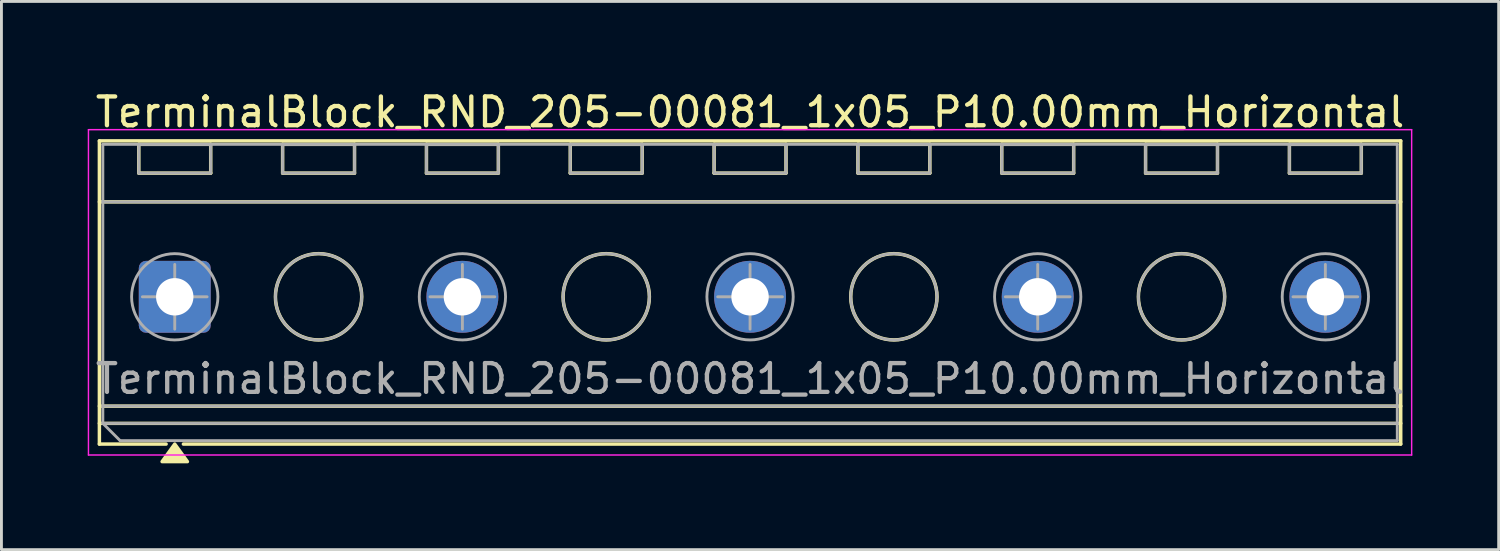
<source format=kicad_pcb>
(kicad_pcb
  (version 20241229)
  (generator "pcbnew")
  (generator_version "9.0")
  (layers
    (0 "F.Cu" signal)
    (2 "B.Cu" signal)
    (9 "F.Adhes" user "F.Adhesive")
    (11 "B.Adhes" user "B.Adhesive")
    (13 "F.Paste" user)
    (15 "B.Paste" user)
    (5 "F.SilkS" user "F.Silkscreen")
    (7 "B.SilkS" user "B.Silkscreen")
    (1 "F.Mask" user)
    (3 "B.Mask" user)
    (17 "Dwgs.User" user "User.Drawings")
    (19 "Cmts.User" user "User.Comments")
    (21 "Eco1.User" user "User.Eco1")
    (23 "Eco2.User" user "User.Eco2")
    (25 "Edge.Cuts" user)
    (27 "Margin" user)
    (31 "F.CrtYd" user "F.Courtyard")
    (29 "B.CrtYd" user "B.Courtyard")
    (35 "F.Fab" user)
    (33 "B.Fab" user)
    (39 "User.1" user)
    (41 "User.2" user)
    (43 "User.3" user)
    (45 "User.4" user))
  (footprint "TerminalBlock_RND_205-00081_1x05_P10.00mm_Horizontal"
    (layer "F.Cu")
    (at 3.025 7.268)
    (property "Reference" "TerminalBlock_RND_205-00081_1x05_P10.00mm_Horizontal" (at 20 -6.42 0) (layer "F.SilkS") (effects (font (size 1 1) (thickness 0.15))))
    (attr through_hole)
    (fp_line (start -2.62 -5.42) (end 42.62 -5.42) (stroke (width 0.12) (type solid)) (layer "F.SilkS"))
    (fp_line (start -2.62 -3.3) (end 42.62 -3.3) (stroke (width 0.12) (type solid)) (layer "F.SilkS"))
    (fp_line (start -2.62 3.8) (end 42.62 3.8) (stroke (width 0.12) (type solid)) (layer "F.SilkS"))
    (fp_line (start -2.62 4.4) (end 42.62 4.4) (stroke (width 0.12) (type solid)) (layer "F.SilkS"))
    (fp_line (start -2.62 5.12) (end -2.62 -5.42) (stroke (width 0.12) (type solid)) (layer "F.SilkS"))
    (fp_line (start -1.25 -5.3) (end 1.25 -5.3) (stroke (width 0.12) (type solid)) (layer "F.SilkS"))
    (fp_line (start -1.25 -4.3) (end -1.25 -5.3) (stroke (width 0.12) (type solid)) (layer "F.SilkS"))
    (fp_line (start -0.3 5.12) (end -2.62 5.12) (stroke (width 0.12) (type solid)) (layer "F.SilkS"))
    (fp_line (start 1.25 -5.3) (end 1.25 -4.3) (stroke (width 0.12) (type solid)) (layer "F.SilkS"))
    (fp_line (start 1.25 -4.3) (end -1.25 -4.3) (stroke (width 0.12) (type solid)) (layer "F.SilkS"))
    (fp_line (start 3.75 -5.3) (end 6.25 -5.3) (stroke (width 0.12) (type solid)) (layer "F.SilkS"))
    (fp_line (start 3.75 -4.3) (end 3.75 -5.3) (stroke (width 0.12) (type solid)) (layer "F.SilkS"))
    (fp_line (start 6.25 -5.3) (end 6.25 -4.3) (stroke (width 0.12) (type solid)) (layer "F.SilkS"))
    (fp_line (start 6.25 -4.3) (end 3.75 -4.3) (stroke (width 0.12) (type solid)) (layer "F.SilkS"))
    (fp_line (start 8.75 -5.3) (end 11.25 -5.3) (stroke (width 0.12) (type solid)) (layer "F.SilkS"))
    (fp_line (start 8.75 -4.3) (end 8.75 -5.3) (stroke (width 0.12) (type solid)) (layer "F.SilkS"))
    (fp_line (start 11.25 -5.3) (end 11.25 -4.3) (stroke (width 0.12) (type solid)) (layer "F.SilkS"))
    (fp_line (start 11.25 -4.3) (end 8.75 -4.3) (stroke (width 0.12) (type solid)) (layer "F.SilkS"))
    (fp_line (start 13.75 -5.3) (end 16.25 -5.3) (stroke (width 0.12) (type solid)) (layer "F.SilkS"))
    (fp_line (start 13.75 -4.3) (end 13.75 -5.3) (stroke (width 0.12) (type solid)) (layer "F.SilkS"))
    (fp_line (start 16.25 -5.3) (end 16.25 -4.3) (stroke (width 0.12) (type solid)) (layer "F.SilkS"))
    (fp_line (start 16.25 -4.3) (end 13.75 -4.3) (stroke (width 0.12) (type solid)) (layer "F.SilkS"))
    (fp_line (start 18.75 -5.3) (end 21.25 -5.3) (stroke (width 0.12) (type solid)) (layer "F.SilkS"))
    (fp_line (start 18.75 -4.3) (end 18.75 -5.3) (stroke (width 0.12) (type solid)) (layer "F.SilkS"))
    (fp_line (start 21.25 -5.3) (end 21.25 -4.3) (stroke (width 0.12) (type solid)) (layer "F.SilkS"))
    (fp_line (start 21.25 -4.3) (end 18.75 -4.3) (stroke (width 0.12) (type solid)) (layer "F.SilkS"))
    (fp_line (start 23.75 -5.3) (end 26.25 -5.3) (stroke (width 0.12) (type solid)) (layer "F.SilkS"))
    (fp_line (start 23.75 -4.3) (end 23.75 -5.3) (stroke (width 0.12) (type solid)) (layer "F.SilkS"))
    (fp_line (start 26.25 -5.3) (end 26.25 -4.3) (stroke (width 0.12) (type solid)) (layer "F.SilkS"))
    (fp_line (start 26.25 -4.3) (end 23.75 -4.3) (stroke (width 0.12) (type solid)) (layer "F.SilkS"))
    (fp_line (start 28.75 -5.3) (end 31.25 -5.3) (stroke (width 0.12) (type solid)) (layer "F.SilkS"))
    (fp_line (start 28.75 -4.3) (end 28.75 -5.3) (stroke (width 0.12) (type solid)) (layer "F.SilkS"))
    (fp_line (start 31.25 -5.3) (end 31.25 -4.3) (stroke (width 0.12) (type solid)) (layer "F.SilkS"))
    (fp_line (start 31.25 -4.3) (end 28.75 -4.3) (stroke (width 0.12) (type solid)) (layer "F.SilkS"))
    (fp_line (start 33.75 -5.3) (end 36.25 -5.3) (stroke (width 0.12) (type solid)) (layer "F.SilkS"))
    (fp_line (start 33.75 -4.3) (end 33.75 -5.3) (stroke (width 0.12) (type solid)) (layer "F.SilkS"))
    (fp_line (start 36.25 -5.3) (end 36.25 -4.3) (stroke (width 0.12) (type solid)) (layer "F.SilkS"))
    (fp_line (start 36.25 -4.3) (end 33.75 -4.3) (stroke (width 0.12) (type solid)) (layer "F.SilkS"))
    (fp_line (start 38.75 -5.3) (end 41.25 -5.3) (stroke (width 0.12) (type solid)) (layer "F.SilkS"))
    (fp_line (start 38.75 -4.3) (end 38.75 -5.3) (stroke (width 0.12) (type solid)) (layer "F.SilkS"))
    (fp_line (start 41.25 -5.3) (end 41.25 -4.3) (stroke (width 0.12) (type solid)) (layer "F.SilkS"))
    (fp_line (start 41.25 -4.3) (end 38.75 -4.3) (stroke (width 0.12) (type solid)) (layer "F.SilkS"))
    (fp_line (start 42.62 -5.42) (end 42.62 5.12) (stroke (width 0.12) (type solid)) (layer "F.SilkS"))
    (fp_line (start 42.62 5.12) (end 0.3 5.12) (stroke (width 0.12) (type solid)) (layer "F.SilkS"))
    (fp_circle (center 5 0) (end 6.5 0) (stroke (width 0.12) (type solid)) (fill no) (layer "F.SilkS"))
    (fp_circle (center 15 0) (end 16.5 0) (stroke (width 0.12) (type solid)) (fill no) (layer "F.SilkS"))
    (fp_circle (center 25 0) (end 26.5 0) (stroke (width 0.12) (type solid)) (fill no) (layer "F.SilkS"))
    (fp_circle (center 35 0) (end 36.5 0) (stroke (width 0.12) (type solid)) (fill no) (layer "F.SilkS"))
    (fp_poly (pts (xy 0 5.12) (xy 0.44 5.73) (xy -0.44 5.73)) (stroke (width 0.12) (type solid)) (fill yes) (layer "F.SilkS"))
    (fp_line (start -3 -5.81) (end -3 5.5) (stroke (width 0.05) (type solid)) (layer "F.CrtYd"))
    (fp_line (start -3 5.5) (end 43 5.5) (stroke (width 0.05) (type solid)) (layer "F.CrtYd"))
    (fp_line (start 43 -5.81) (end -3 -5.81) (stroke (width 0.05) (type solid)) (layer "F.CrtYd"))
    (fp_line (start 43 5.5) (end 43 -5.81) (stroke (width 0.05) (type solid)) (layer "F.CrtYd"))
    (fp_line (start -2.5 -5.3) (end 42.5 -5.3) (stroke (width 0.1) (type solid)) (layer "F.Fab"))
    (fp_line (start -2.5 -3.3) (end 42.5 -3.3) (stroke (width 0.1) (type solid)) (layer "F.Fab"))
    (fp_line (start -2.5 3.8) (end 42.5 3.8) (stroke (width 0.1) (type solid)) (layer "F.Fab"))
    (fp_line (start -2.5 4.4) (end -2.5 -5.3) (stroke (width 0.1) (type solid)) (layer "F.Fab"))
    (fp_line (start -2.5 4.4) (end 42.5 4.4) (stroke (width 0.1) (type solid)) (layer "F.Fab"))
    (fp_line (start -1.9 5) (end -2.5 4.4) (stroke (width 0.1) (type solid)) (layer "F.Fab"))
    (fp_line (start -1.25 -5.3) (end -1.25 -4.3) (stroke (width 0.1) (type solid)) (layer "F.Fab"))
    (fp_line (start -1.25 -4.3) (end 1.25 -4.3) (stroke (width 0.1) (type solid)) (layer "F.Fab"))
    (fp_line (start -1.125 0) (end 1.125 0) (stroke (width 0.1) (type solid)) (layer "F.Fab"))
    (fp_line (start 0 -1.125) (end 0 1.125) (stroke (width 0.1) (type solid)) (layer "F.Fab"))
    (fp_line (start 1.25 -5.3) (end -1.25 -5.3) (stroke (width 0.1) (type solid)) (layer "F.Fab"))
    (fp_line (start 1.25 -4.3) (end 1.25 -5.3) (stroke (width 0.1) (type solid)) (layer "F.Fab"))
    (fp_line (start 3.75 -5.3) (end 3.75 -4.3) (stroke (width 0.1) (type solid)) (layer "F.Fab"))
    (fp_line (start 3.75 -4.3) (end 6.25 -4.3) (stroke (width 0.1) (type solid)) (layer "F.Fab"))
    (fp_line (start 6.25 -5.3) (end 3.75 -5.3) (stroke (width 0.1) (type solid)) (layer "F.Fab"))
    (fp_line (start 6.25 -4.3) (end 6.25 -5.3) (stroke (width 0.1) (type solid)) (layer "F.Fab"))
    (fp_line (start 8.75 -5.3) (end 8.75 -4.3) (stroke (width 0.1) (type solid)) (layer "F.Fab"))
    (fp_line (start 8.75 -4.3) (end 11.25 -4.3) (stroke (width 0.1) (type solid)) (layer "F.Fab"))
    (fp_line (start 8.875 0) (end 11.125 0) (stroke (width 0.1) (type solid)) (layer "F.Fab"))
    (fp_line (start 10 -1.125) (end 10 1.125) (stroke (width 0.1) (type solid)) (layer "F.Fab"))
    (fp_line (start 11.25 -5.3) (end 8.75 -5.3) (stroke (width 0.1) (type solid)) (layer "F.Fab"))
    (fp_line (start 11.25 -4.3) (end 11.25 -5.3) (stroke (width 0.1) (type solid)) (layer "F.Fab"))
    (fp_line (start 13.75 -5.3) (end 13.75 -4.3) (stroke (width 0.1) (type solid)) (layer "F.Fab"))
    (fp_line (start 13.75 -4.3) (end 16.25 -4.3) (stroke (width 0.1) (type solid)) (layer "F.Fab"))
    (fp_line (start 16.25 -5.3) (end 13.75 -5.3) (stroke (width 0.1) (type solid)) (layer "F.Fab"))
    (fp_line (start 16.25 -4.3) (end 16.25 -5.3) (stroke (width 0.1) (type solid)) (layer "F.Fab"))
    (fp_line (start 18.75 -5.3) (end 18.75 -4.3) (stroke (width 0.1) (type solid)) (layer "F.Fab"))
    (fp_line (start 18.75 -4.3) (end 21.25 -4.3) (stroke (width 0.1) (type solid)) (layer "F.Fab"))
    (fp_line (start 18.875 0) (end 21.125 0) (stroke (width 0.1) (type solid)) (layer "F.Fab"))
    (fp_line (start 20 -1.125) (end 20 1.125) (stroke (width 0.1) (type solid)) (layer "F.Fab"))
    (fp_line (start 21.25 -5.3) (end 18.75 -5.3) (stroke (width 0.1) (type solid)) (layer "F.Fab"))
    (fp_line (start 21.25 -4.3) (end 21.25 -5.3) (stroke (width 0.1) (type solid)) (layer "F.Fab"))
    (fp_line (start 23.75 -5.3) (end 23.75 -4.3) (stroke (width 0.1) (type solid)) (layer "F.Fab"))
    (fp_line (start 23.75 -4.3) (end 26.25 -4.3) (stroke (width 0.1) (type solid)) (layer "F.Fab"))
    (fp_line (start 26.25 -5.3) (end 23.75 -5.3) (stroke (width 0.1) (type solid)) (layer "F.Fab"))
    (fp_line (start 26.25 -4.3) (end 26.25 -5.3) (stroke (width 0.1) (type solid)) (layer "F.Fab"))
    (fp_line (start 28.75 -5.3) (end 28.75 -4.3) (stroke (width 0.1) (type solid)) (layer "F.Fab"))
    (fp_line (start 28.75 -4.3) (end 31.25 -4.3) (stroke (width 0.1) (type solid)) (layer "F.Fab"))
    (fp_line (start 28.875 0) (end 31.125 0) (stroke (width 0.1) (type solid)) (layer "F.Fab"))
    (fp_line (start 30 -1.125) (end 30 1.125) (stroke (width 0.1) (type solid)) (layer "F.Fab"))
    (fp_line (start 31.25 -5.3) (end 28.75 -5.3) (stroke (width 0.1) (type solid)) (layer "F.Fab"))
    (fp_line (start 31.25 -4.3) (end 31.25 -5.3) (stroke (width 0.1) (type solid)) (layer "F.Fab"))
    (fp_line (start 33.75 -5.3) (end 33.75 -4.3) (stroke (width 0.1) (type solid)) (layer "F.Fab"))
    (fp_line (start 33.75 -4.3) (end 36.25 -4.3) (stroke (width 0.1) (type solid)) (layer "F.Fab"))
    (fp_line (start 36.25 -5.3) (end 33.75 -5.3) (stroke (width 0.1) (type solid)) (layer "F.Fab"))
    (fp_line (start 36.25 -4.3) (end 36.25 -5.3) (stroke (width 0.1) (type solid)) (layer "F.Fab"))
    (fp_line (start 38.75 -5.3) (end 38.75 -4.3) (stroke (width 0.1) (type solid)) (layer "F.Fab"))
    (fp_line (start 38.75 -4.3) (end 41.25 -4.3) (stroke (width 0.1) (type solid)) (layer "F.Fab"))
    (fp_line (start 38.875 0) (end 41.125 0) (stroke (width 0.1) (type solid)) (layer "F.Fab"))
    (fp_line (start 40 -1.125) (end 40 1.125) (stroke (width 0.1) (type solid)) (layer "F.Fab"))
    (fp_line (start 41.25 -5.3) (end 38.75 -5.3) (stroke (width 0.1) (type solid)) (layer "F.Fab"))
    (fp_line (start 41.25 -4.3) (end 41.25 -5.3) (stroke (width 0.1) (type solid)) (layer "F.Fab"))
    (fp_line (start 42.5 -5.3) (end 42.5 5) (stroke (width 0.1) (type solid)) (layer "F.Fab"))
    (fp_line (start 42.5 5) (end -1.9 5) (stroke (width 0.1) (type solid)) (layer "F.Fab"))
    (fp_circle (center 0 0) (end 1.5 0) (stroke (width 0.1) (type solid)) (fill no) (layer "F.Fab"))
    (fp_circle (center 5 0) (end 6.5 0) (stroke (width 0.1) (type solid)) (fill no) (layer "F.Fab"))
    (fp_circle (center 10 0) (end 11.5 0) (stroke (width 0.1) (type solid)) (fill no) (layer "F.Fab"))
    (fp_circle (center 15 0) (end 16.5 0) (stroke (width 0.1) (type solid)) (fill no) (layer "F.Fab"))
    (fp_circle (center 20 0) (end 21.5 0) (stroke (width 0.1) (type solid)) (fill no) (layer "F.Fab"))
    (fp_circle (center 25 0) (end 26.5 0) (stroke (width 0.1) (type solid)) (fill no) (layer "F.Fab"))
    (fp_circle (center 30 0) (end 31.5 0) (stroke (width 0.1) (type solid)) (fill no) (layer "F.Fab"))
    (fp_circle (center 35 0) (end 36.5 0) (stroke (width 0.1) (type solid)) (fill no) (layer "F.Fab"))
    (fp_circle (center 40 0) (end 41.5 0) (stroke (width 0.1) (type solid)) (fill no) (layer "F.Fab"))
    (fp_text user "${REFERENCE}" (at 20 2.85 0) (layer "F.Fab") (effects (font (size 1 1) (thickness 0.15))))
    (pad "1" thru_hole roundrect (at 0 0) (size 2.5 2.5) (drill 1.3) (layers "*.Cu" "*.Mask") (roundrect_rratio 0.1))
    (pad "2" thru_hole circle (at 10 0) (size 2.5 2.5) (drill 1.3) (layers "*.Cu" "*.Mask"))
    (pad "3" thru_hole circle (at 20 0) (size 2.5 2.5) (drill 1.3) (layers "*.Cu" "*.Mask"))
    (pad "4" thru_hole circle (at 30 0) (size 2.5 2.5) (drill 1.3) (layers "*.Cu" "*.Mask"))
    (pad "5" thru_hole circle (at 40 0) (size 2.5 2.5) (drill 1.3) (layers "*.Cu" "*.Mask")))
  (gr_rect
    (start -3 -3)
    (end 49.05 16.058)
    (stroke (width 0.1) (type default))
    (fill no)
    (layer "Edge.Cuts")))
</source>
